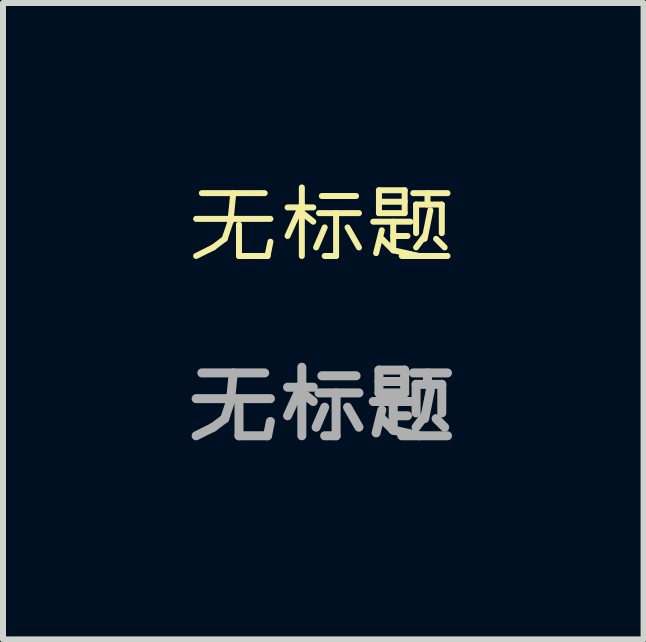
<source format=kicad_pcb>
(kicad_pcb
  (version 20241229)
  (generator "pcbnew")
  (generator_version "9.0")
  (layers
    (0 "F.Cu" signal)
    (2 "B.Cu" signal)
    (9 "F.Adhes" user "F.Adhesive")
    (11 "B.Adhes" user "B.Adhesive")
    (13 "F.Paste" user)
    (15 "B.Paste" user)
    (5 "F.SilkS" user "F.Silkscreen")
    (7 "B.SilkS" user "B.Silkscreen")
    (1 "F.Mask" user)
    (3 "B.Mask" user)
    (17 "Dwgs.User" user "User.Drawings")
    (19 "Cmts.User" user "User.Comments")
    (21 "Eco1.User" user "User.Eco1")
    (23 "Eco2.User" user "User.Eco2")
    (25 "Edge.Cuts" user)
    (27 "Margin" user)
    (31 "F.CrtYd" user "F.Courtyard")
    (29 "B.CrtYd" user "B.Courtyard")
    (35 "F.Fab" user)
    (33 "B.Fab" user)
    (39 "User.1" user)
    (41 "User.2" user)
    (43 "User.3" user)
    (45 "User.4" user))
  (footprint "无标题"
    (layer "F.Cu")
    (at 2.339 1.26)
    (property "Reference" "无标题" (at 0 -0.5 0) (unlocked yes) (layer "F.SilkS") (effects (font (size 1 1) (thickness 0.1))))
    (fp_text user "${REFERENCE}" (at 0 2.5 0) (unlocked yes) (layer "F.Fab") (effects (font (size 1 1) (thickness 0.15)))))
  (gr_rect
    (start -3 -3)
    (end 7.679 7.609)
    (stroke (width 0.1) (type default))
    (fill no)
    (layer "Edge.Cuts")))
</source>
